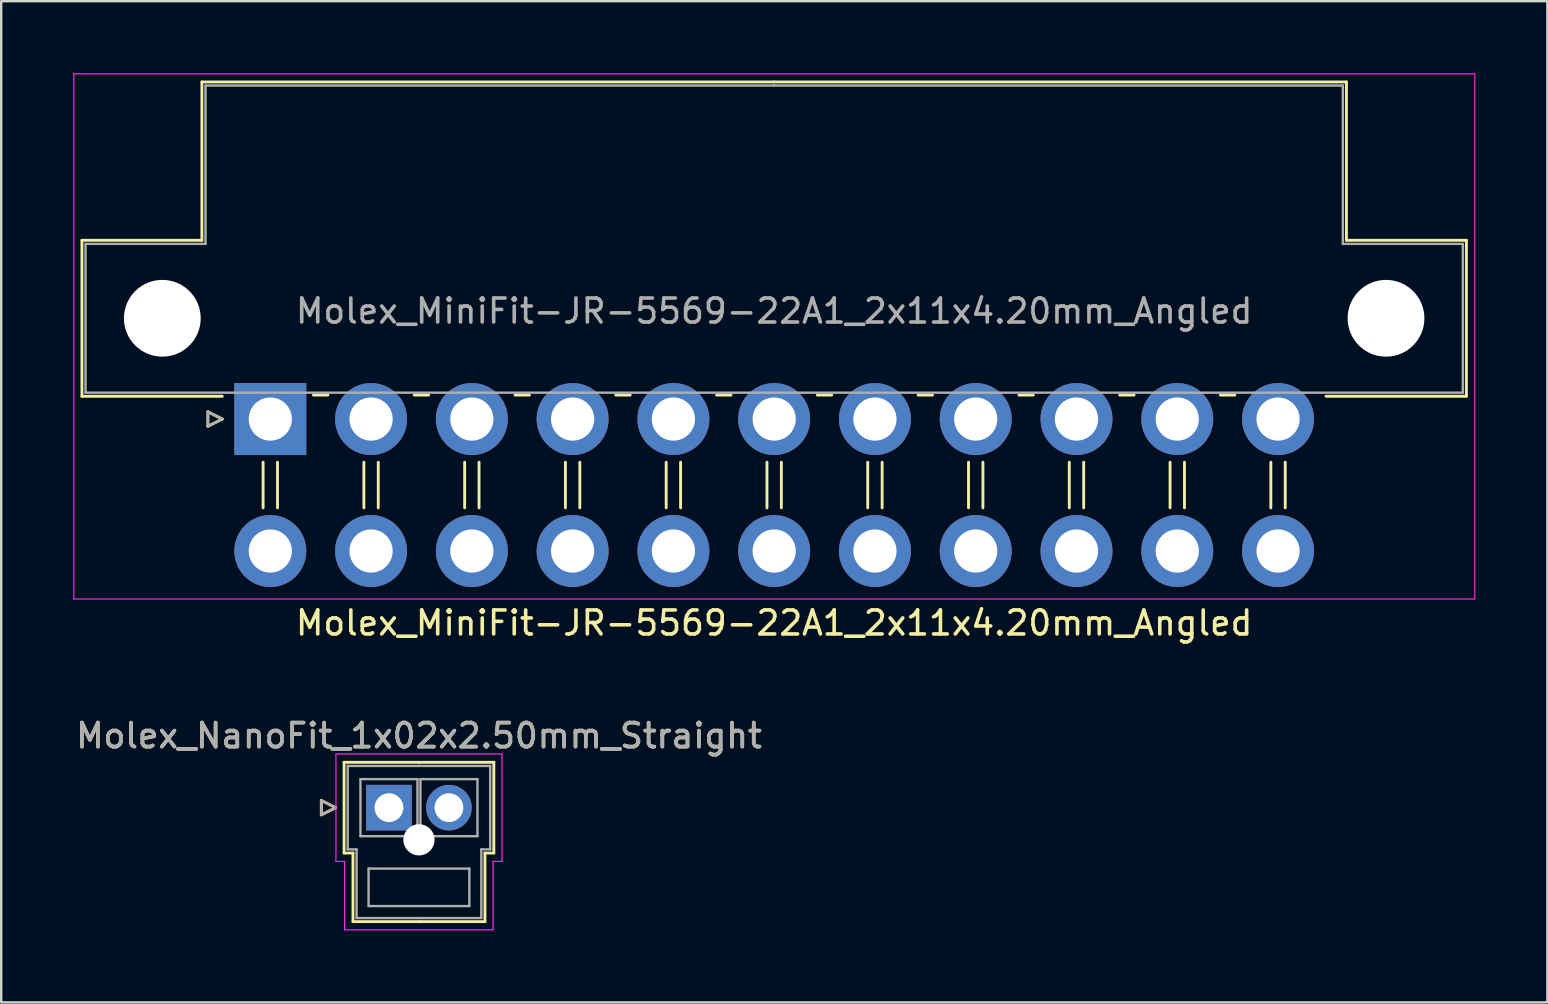
<source format=kicad_pcb>
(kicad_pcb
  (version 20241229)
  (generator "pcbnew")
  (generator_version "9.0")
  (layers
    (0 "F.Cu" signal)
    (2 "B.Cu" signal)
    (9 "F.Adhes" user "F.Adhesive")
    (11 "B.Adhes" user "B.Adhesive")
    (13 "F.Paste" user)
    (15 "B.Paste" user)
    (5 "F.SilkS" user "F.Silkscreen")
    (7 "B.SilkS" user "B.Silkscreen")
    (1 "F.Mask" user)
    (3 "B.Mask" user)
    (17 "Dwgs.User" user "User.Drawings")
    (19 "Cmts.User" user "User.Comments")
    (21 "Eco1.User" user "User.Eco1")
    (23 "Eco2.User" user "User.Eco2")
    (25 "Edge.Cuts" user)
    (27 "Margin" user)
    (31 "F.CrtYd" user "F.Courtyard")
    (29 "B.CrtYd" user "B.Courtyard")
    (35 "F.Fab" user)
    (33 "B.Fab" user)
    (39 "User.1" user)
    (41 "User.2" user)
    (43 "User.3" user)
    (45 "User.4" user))
  (footprint "Molex_MiniFit-JR-5569-22A1_2x11x4.20mm_Angled"
    (layer "F.Cu")
    (at 8.215 14.415)
    (property "Reference" "Molex_MiniFit-JR-5569-22A1_2x11x4.20mm_Angled" (at 21 8.5 0) (layer "F.SilkS") (effects (font (size 1 1) (thickness 0.15))))
    (attr through_hole)
    (fp_line (start -7.85 -7.45) (end -7.85 -0.95) (stroke (width 0.12) (type solid)) (layer "F.SilkS"))
    (fp_line (start -7.85 -0.95) (end -2 -0.95) (stroke (width 0.12) (type solid)) (layer "F.SilkS"))
    (fp_line (start -2.85 -14.05) (end -2.85 -7.45) (stroke (width 0.12) (type solid)) (layer "F.SilkS"))
    (fp_line (start -2.85 -7.45) (end -7.85 -7.45) (stroke (width 0.12) (type solid)) (layer "F.SilkS"))
    (fp_line (start -2.6 -0.3) (end -2 0) (stroke (width 0.12) (type solid)) (layer "F.SilkS"))
    (fp_line (start -2.6 0.3) (end -2.6 -0.3) (stroke (width 0.12) (type solid)) (layer "F.SilkS"))
    (fp_line (start -2 0) (end -2.6 0.3) (stroke (width 0.12) (type solid)) (layer "F.SilkS"))
    (fp_line (start -0.3 1.8) (end -0.3 3.7) (stroke (width 0.12) (type solid)) (layer "F.SilkS"))
    (fp_line (start 0.3 1.8) (end 0.3 3.7) (stroke (width 0.12) (type solid)) (layer "F.SilkS"))
    (fp_line (start 1.8 -1) (end 2.4 -1) (stroke (width 0.12) (type solid)) (layer "F.SilkS"))
    (fp_line (start 3.9 1.8) (end 3.9 3.7) (stroke (width 0.12) (type solid)) (layer "F.SilkS"))
    (fp_line (start 4.5 1.8) (end 4.5 3.7) (stroke (width 0.12) (type solid)) (layer "F.SilkS"))
    (fp_line (start 6 -1) (end 6.6 -1) (stroke (width 0.12) (type solid)) (layer "F.SilkS"))
    (fp_line (start 8.1 1.8) (end 8.1 3.7) (stroke (width 0.12) (type solid)) (layer "F.SilkS"))
    (fp_line (start 8.7 1.8) (end 8.7 3.7) (stroke (width 0.12) (type solid)) (layer "F.SilkS"))
    (fp_line (start 10.2 -1) (end 10.8 -1) (stroke (width 0.12) (type solid)) (layer "F.SilkS"))
    (fp_line (start 12.3 1.8) (end 12.3 3.7) (stroke (width 0.12) (type solid)) (layer "F.SilkS"))
    (fp_line (start 12.9 1.8) (end 12.9 3.7) (stroke (width 0.12) (type solid)) (layer "F.SilkS"))
    (fp_line (start 14.4 -1) (end 15 -1) (stroke (width 0.12) (type solid)) (layer "F.SilkS"))
    (fp_line (start 16.5 1.8) (end 16.5 3.7) (stroke (width 0.12) (type solid)) (layer "F.SilkS"))
    (fp_line (start 17.1 1.8) (end 17.1 3.7) (stroke (width 0.12) (type solid)) (layer "F.SilkS"))
    (fp_line (start 18.6 -1) (end 19.2 -1) (stroke (width 0.12) (type solid)) (layer "F.SilkS"))
    (fp_line (start 20.7 1.8) (end 20.7 3.7) (stroke (width 0.12) (type solid)) (layer "F.SilkS"))
    (fp_line (start 21 -14.05) (end -2.85 -14.05) (stroke (width 0.12) (type solid)) (layer "F.SilkS"))
    (fp_line (start 21 -14.05) (end 44.85 -14.05) (stroke (width 0.12) (type solid)) (layer "F.SilkS"))
    (fp_line (start 21.3 1.8) (end 21.3 3.7) (stroke (width 0.12) (type solid)) (layer "F.SilkS"))
    (fp_line (start 22.8 -1) (end 23.4 -1) (stroke (width 0.12) (type solid)) (layer "F.SilkS"))
    (fp_line (start 24.9 1.8) (end 24.9 3.7) (stroke (width 0.12) (type solid)) (layer "F.SilkS"))
    (fp_line (start 25.5 1.8) (end 25.5 3.7) (stroke (width 0.12) (type solid)) (layer "F.SilkS"))
    (fp_line (start 27 -1) (end 27.6 -1) (stroke (width 0.12) (type solid)) (layer "F.SilkS"))
    (fp_line (start 29.1 1.8) (end 29.1 3.7) (stroke (width 0.12) (type solid)) (layer "F.SilkS"))
    (fp_line (start 29.7 1.8) (end 29.7 3.7) (stroke (width 0.12) (type solid)) (layer "F.SilkS"))
    (fp_line (start 31.2 -1) (end 31.8 -1) (stroke (width 0.12) (type solid)) (layer "F.SilkS"))
    (fp_line (start 33.3 1.8) (end 33.3 3.7) (stroke (width 0.12) (type solid)) (layer "F.SilkS"))
    (fp_line (start 33.9 1.8) (end 33.9 3.7) (stroke (width 0.12) (type solid)) (layer "F.SilkS"))
    (fp_line (start 35.4 -1) (end 36 -1) (stroke (width 0.12) (type solid)) (layer "F.SilkS"))
    (fp_line (start 37.5 1.8) (end 37.5 3.7) (stroke (width 0.12) (type solid)) (layer "F.SilkS"))
    (fp_line (start 38.1 1.8) (end 38.1 3.7) (stroke (width 0.12) (type solid)) (layer "F.SilkS"))
    (fp_line (start 39.6 -1) (end 40.2 -1) (stroke (width 0.12) (type solid)) (layer "F.SilkS"))
    (fp_line (start 41.7 1.8) (end 41.7 3.7) (stroke (width 0.12) (type solid)) (layer "F.SilkS"))
    (fp_line (start 42.3 1.8) (end 42.3 3.7) (stroke (width 0.12) (type solid)) (layer "F.SilkS"))
    (fp_line (start 44.85 -14.05) (end 44.85 -7.45) (stroke (width 0.12) (type solid)) (layer "F.SilkS"))
    (fp_line (start 44.85 -7.45) (end 49.85 -7.45) (stroke (width 0.12) (type solid)) (layer "F.SilkS"))
    (fp_line (start 49.85 -7.45) (end 49.85 -0.95) (stroke (width 0.12) (type solid)) (layer "F.SilkS"))
    (fp_line (start 49.85 -0.95) (end 44 -0.95) (stroke (width 0.12) (type solid)) (layer "F.SilkS"))
    (fp_line (start -8.19 -14.39) (end -8.19 7.5) (stroke (width 0.05) (type solid)) (layer "F.CrtYd"))
    (fp_line (start -8.19 7.5) (end 50.2 7.5) (stroke (width 0.05) (type solid)) (layer "F.CrtYd"))
    (fp_line (start 50.2 -14.39) (end -8.19 -14.39) (stroke (width 0.05) (type solid)) (layer "F.CrtYd"))
    (fp_line (start 50.2 7.5) (end 50.2 -14.39) (stroke (width 0.05) (type solid)) (layer "F.CrtYd"))
    (fp_line (start -7.7 -7.3) (end -7.7 -1.1) (stroke (width 0.1) (type solid)) (layer "F.Fab"))
    (fp_line (start -7.7 -1.1) (end 21 -1.1) (stroke (width 0.1) (type solid)) (layer "F.Fab"))
    (fp_line (start -2.7 -13.9) (end -2.7 -7.3) (stroke (width 0.1) (type solid)) (layer "F.Fab"))
    (fp_line (start -2.7 -7.3) (end -7.7 -7.3) (stroke (width 0.1) (type solid)) (layer "F.Fab"))
    (fp_line (start -2.6 -0.3) (end -2 0) (stroke (width 0.1) (type solid)) (layer "F.Fab"))
    (fp_line (start -2.6 0.3) (end -2.6 -0.3) (stroke (width 0.1) (type solid)) (layer "F.Fab"))
    (fp_line (start -2 0) (end -2.6 0.3) (stroke (width 0.1) (type solid)) (layer "F.Fab"))
    (fp_line (start 21 -13.9) (end -2.7 -13.9) (stroke (width 0.1) (type solid)) (layer "F.Fab"))
    (fp_line (start 21 -13.9) (end 44.7 -13.9) (stroke (width 0.1) (type solid)) (layer "F.Fab"))
    (fp_line (start 44.7 -13.9) (end 44.7 -7.3) (stroke (width 0.1) (type solid)) (layer "F.Fab"))
    (fp_line (start 44.7 -7.3) (end 49.7 -7.3) (stroke (width 0.1) (type solid)) (layer "F.Fab"))
    (fp_line (start 49.7 -7.3) (end 49.7 -1.1) (stroke (width 0.1) (type solid)) (layer "F.Fab"))
    (fp_line (start 49.7 -1.1) (end 21 -1.1) (stroke (width 0.1) (type solid)) (layer "F.Fab"))
    (fp_text user "${REFERENCE}" (at 21 -4.5 0) (layer "F.Fab") (effects (font (size 1 1) (thickness 0.15))))
    (pad "" np_thru_hole circle (at -4.5 -4.2) (size 3.2 3.2) (drill 3.2) (layers "*.Cu" "*.Mask"))
    (pad "" np_thru_hole circle (at 46.5 -4.2) (size 3.2 3.2) (drill 3.2) (layers "*.Cu" "*.Mask"))
    (pad "1" thru_hole rect (at 0 0) (size 3 3) (drill 1.8) (layers "*.Cu" "*.Mask"))
    (pad "2" thru_hole circle (at 4.2 0) (size 3 3) (drill 1.8) (layers "*.Cu" "*.Mask"))
    (pad "3" thru_hole circle (at 8.4 0) (size 3 3) (drill 1.8) (layers "*.Cu" "*.Mask"))
    (pad "4" thru_hole circle (at 12.6 0) (size 3 3) (drill 1.8) (layers "*.Cu" "*.Mask"))
    (pad "5" thru_hole circle (at 16.8 0) (size 3 3) (drill 1.8) (layers "*.Cu" "*.Mask"))
    (pad "6" thru_hole circle (at 21 0) (size 3 3) (drill 1.8) (layers "*.Cu" "*.Mask"))
    (pad "7" thru_hole circle (at 25.2 0) (size 3 3) (drill 1.8) (layers "*.Cu" "*.Mask"))
    (pad "8" thru_hole circle (at 29.4 0) (size 3 3) (drill 1.8) (layers "*.Cu" "*.Mask"))
    (pad "9" thru_hole circle (at 33.6 0) (size 3 3) (drill 1.8) (layers "*.Cu" "*.Mask"))
    (pad "10" thru_hole circle (at 37.8 0) (size 3 3) (drill 1.8) (layers "*.Cu" "*.Mask"))
    (pad "11" thru_hole circle (at 42 0) (size 3 3) (drill 1.8) (layers "*.Cu" "*.Mask"))
    (pad "12" thru_hole circle (at 0 5.5) (size 3 3) (drill 1.8) (layers "*.Cu" "*.Mask"))
    (pad "13" thru_hole circle (at 4.2 5.5) (size 3 3) (drill 1.8) (layers "*.Cu" "*.Mask"))
    (pad "14" thru_hole circle (at 8.4 5.5) (size 3 3) (drill 1.8) (layers "*.Cu" "*.Mask"))
    (pad "15" thru_hole circle (at 12.6 5.5) (size 3 3) (drill 1.8) (layers "*.Cu" "*.Mask"))
    (pad "16" thru_hole circle (at 16.8 5.5) (size 3 3) (drill 1.8) (layers "*.Cu" "*.Mask"))
    (pad "17" thru_hole circle (at 21 5.5) (size 3 3) (drill 1.8) (layers "*.Cu" "*.Mask"))
    (pad "18" thru_hole circle (at 25.2 5.5) (size 3 3) (drill 1.8) (layers "*.Cu" "*.Mask"))
    (pad "19" thru_hole circle (at 29.4 5.5) (size 3 3) (drill 1.8) (layers "*.Cu" "*.Mask"))
    (pad "20" thru_hole circle (at 33.6 5.5) (size 3 3) (drill 1.8) (layers "*.Cu" "*.Mask"))
    (pad "21" thru_hole circle (at 37.8 5.5) (size 3 3) (drill 1.8) (layers "*.Cu" "*.Mask"))
    (pad "22" thru_hole circle (at 42 5.5) (size 3 3) (drill 1.8) (layers "*.Cu" "*.Mask")))
  (footprint "Molex_NanoFit_1x02x2.50mm_Straight"
    (layer "F.Cu")
    (at 13.161 30.611)
    (property "Reference" "Molex_NanoFit_1x02x2.50mm_Straight" (at 1.25 -3 0) (layer "F.SilkS") (effects (font (size 1 1) (thickness 0.15))))
    (attr through_hole)
    (fp_line (start -2.82 -0.3) (end -2.22 0) (stroke (width 0.12) (type solid)) (layer "F.SilkS"))
    (fp_line (start -2.82 0.3) (end -2.82 -0.3) (stroke (width 0.12) (type solid)) (layer "F.SilkS"))
    (fp_line (start -2.22 0) (end -2.82 0.3) (stroke (width 0.12) (type solid)) (layer "F.SilkS"))
    (fp_line (start -1.87 -1.89) (end -1.87 1.89) (stroke (width 0.12) (type solid)) (layer "F.SilkS"))
    (fp_line (start -1.87 1.89) (end -1.5 1.89) (stroke (width 0.12) (type solid)) (layer "F.SilkS"))
    (fp_line (start -1.5 1.89) (end -1.5 4.75) (stroke (width 0.12) (type solid)) (layer "F.SilkS"))
    (fp_line (start -1.5 4.75) (end 1.25 4.75) (stroke (width 0.12) (type solid)) (layer "F.SilkS"))
    (fp_line (start 1.25 -1.89) (end -1.87 -1.89) (stroke (width 0.12) (type solid)) (layer "F.SilkS"))
    (fp_line (start 1.25 -1.89) (end 4.37 -1.89) (stroke (width 0.12) (type solid)) (layer "F.SilkS"))
    (fp_line (start 4 1.89) (end 4 4.75) (stroke (width 0.12) (type solid)) (layer "F.SilkS"))
    (fp_line (start 4 4.75) (end 1.25 4.75) (stroke (width 0.12) (type solid)) (layer "F.SilkS"))
    (fp_line (start 4.37 -1.89) (end 4.37 1.89) (stroke (width 0.12) (type solid)) (layer "F.SilkS"))
    (fp_line (start 4.37 1.89) (end 4 1.89) (stroke (width 0.12) (type solid)) (layer "F.SilkS"))
    (fp_line (start -2.21 -2.24) (end -2.21 2.24) (stroke (width 0.05) (type solid)) (layer "F.CrtYd"))
    (fp_line (start -2.21 2.24) (end -1.85 2.24) (stroke (width 0.05) (type solid)) (layer "F.CrtYd"))
    (fp_line (start -1.85 2.24) (end -1.85 5.09) (stroke (width 0.05) (type solid)) (layer "F.CrtYd"))
    (fp_line (start -1.85 5.09) (end 4.34 5.09) (stroke (width 0.05) (type solid)) (layer "F.CrtYd"))
    (fp_line (start 4.34 2.24) (end 4.71 2.24) (stroke (width 0.05) (type solid)) (layer "F.CrtYd"))
    (fp_line (start 4.34 5.09) (end 4.34 2.24) (stroke (width 0.05) (type solid)) (layer "F.CrtYd"))
    (fp_line (start 4.71 -2.24) (end -2.21 -2.24) (stroke (width 0.05) (type solid)) (layer "F.CrtYd"))
    (fp_line (start 4.71 2.24) (end 4.71 -2.24) (stroke (width 0.05) (type solid)) (layer "F.CrtYd"))
    (fp_line (start -2.82 -0.3) (end -2.22 0) (stroke (width 0.1) (type solid)) (layer "F.Fab"))
    (fp_line (start -2.82 0.3) (end -2.82 -0.3) (stroke (width 0.1) (type solid)) (layer "F.Fab"))
    (fp_line (start -2.22 0) (end -2.82 0.3) (stroke (width 0.1) (type solid)) (layer "F.Fab"))
    (fp_line (start -1.72 -1.74) (end -1.72 1.74) (stroke (width 0.1) (type solid)) (layer "F.Fab"))
    (fp_line (start -1.72 1.74) (end -1.35 1.74) (stroke (width 0.1) (type solid)) (layer "F.Fab"))
    (fp_line (start -1.35 1.74) (end -1.35 4.6) (stroke (width 0.1) (type solid)) (layer "F.Fab"))
    (fp_line (start -1.35 4.6) (end 1.25 4.6) (stroke (width 0.1) (type solid)) (layer "F.Fab"))
    (fp_line (start -1.188 -1.188) (end -1.188 1.188) (stroke (width 0.1) (type solid)) (layer "F.Fab"))
    (fp_line (start -1.188 1.188) (end 1.188 1.188) (stroke (width 0.1) (type solid)) (layer "F.Fab"))
    (fp_line (start -0.85 2.54) (end -0.85 4.1) (stroke (width 0.1) (type solid)) (layer "F.Fab"))
    (fp_line (start -0.85 4.1) (end 3.35 4.1) (stroke (width 0.1) (type solid)) (layer "F.Fab"))
    (fp_line (start 1.188 -1.188) (end -1.188 -1.188) (stroke (width 0.1) (type solid)) (layer "F.Fab"))
    (fp_line (start 1.188 1.188) (end 1.188 -1.188) (stroke (width 0.1) (type solid)) (layer "F.Fab"))
    (fp_line (start 1.25 -1.74) (end -1.72 -1.74) (stroke (width 0.1) (type solid)) (layer "F.Fab"))
    (fp_line (start 1.25 -1.74) (end 4.22 -1.74) (stroke (width 0.1) (type solid)) (layer "F.Fab"))
    (fp_line (start 1.312 -1.188) (end 1.312 1.188) (stroke (width 0.1) (type solid)) (layer "F.Fab"))
    (fp_line (start 1.312 1.188) (end 3.688 1.188) (stroke (width 0.1) (type solid)) (layer "F.Fab"))
    (fp_line (start 3.35 2.54) (end -0.85 2.54) (stroke (width 0.1) (type solid)) (layer "F.Fab"))
    (fp_line (start 3.35 4.1) (end 3.35 2.54) (stroke (width 0.1) (type solid)) (layer "F.Fab"))
    (fp_line (start 3.688 -1.188) (end 1.312 -1.188) (stroke (width 0.1) (type solid)) (layer "F.Fab"))
    (fp_line (start 3.688 1.188) (end 3.688 -1.188) (stroke (width 0.1) (type solid)) (layer "F.Fab"))
    (fp_line (start 3.85 1.74) (end 3.85 4.6) (stroke (width 0.1) (type solid)) (layer "F.Fab"))
    (fp_line (start 3.85 4.6) (end 1.25 4.6) (stroke (width 0.1) (type solid)) (layer "F.Fab"))
    (fp_line (start 4.22 -1.74) (end 4.22 1.74) (stroke (width 0.1) (type solid)) (layer "F.Fab"))
    (fp_line (start 4.22 1.74) (end 3.85 1.74) (stroke (width 0.1) (type solid)) (layer "F.Fab"))
    (fp_text user "${REFERENCE}" (at 1.25 -3 0) (layer "F.Fab") (effects (font (size 1 1) (thickness 0.15))))
    (pad "" np_thru_hole circle (at 1.25 1.34) (size 1.3 1.3) (drill 1.3) (layers "*.Cu" "*.Mask"))
    (pad "1" thru_hole rect (at 0 0) (size 1.9 1.9) (drill 1.2) (layers "*.Cu" "*.Mask"))
    (pad "2" thru_hole circle (at 2.5 0) (size 1.9 1.9) (drill 1.2) (layers "*.Cu" "*.Mask")))
  (gr_rect
    (start -3 -3)
    (end 61.44 38.727)
    (stroke (width 0.1) (type default))
    (fill no)
    (layer "Edge.Cuts")))
</source>
